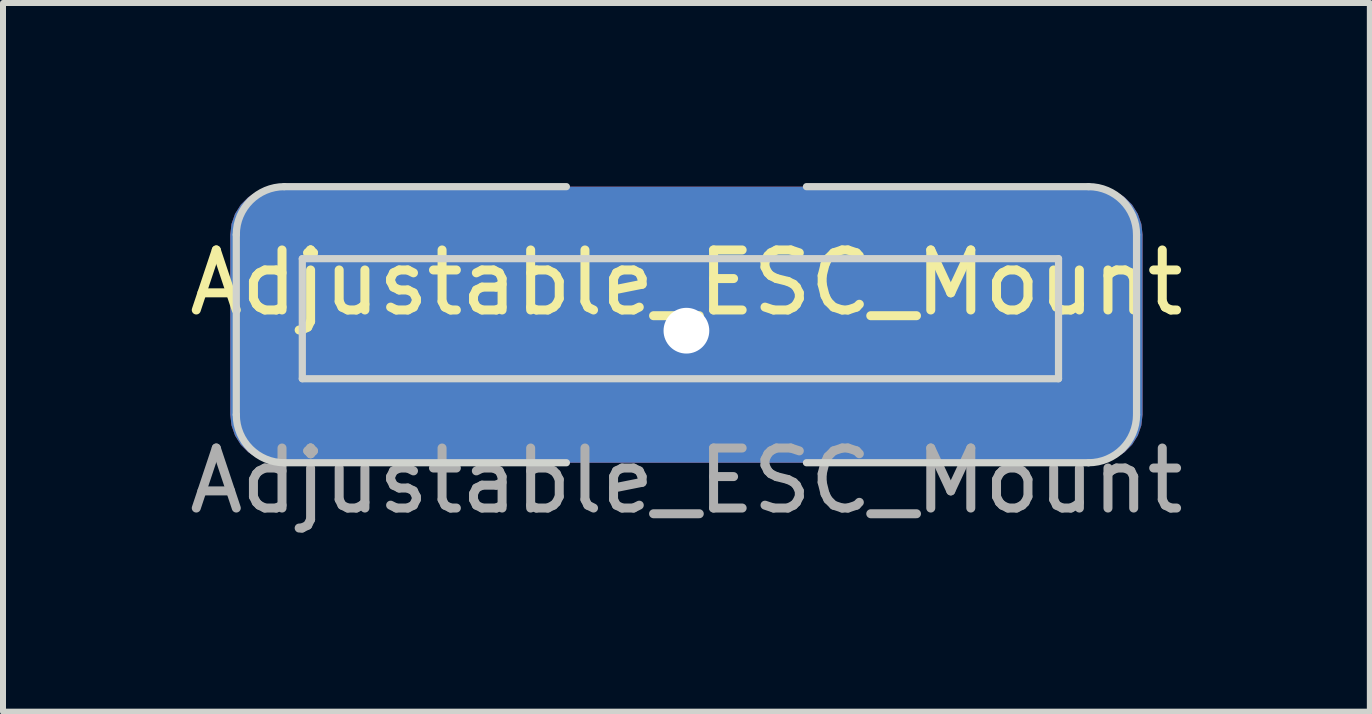
<source format=kicad_pcb>
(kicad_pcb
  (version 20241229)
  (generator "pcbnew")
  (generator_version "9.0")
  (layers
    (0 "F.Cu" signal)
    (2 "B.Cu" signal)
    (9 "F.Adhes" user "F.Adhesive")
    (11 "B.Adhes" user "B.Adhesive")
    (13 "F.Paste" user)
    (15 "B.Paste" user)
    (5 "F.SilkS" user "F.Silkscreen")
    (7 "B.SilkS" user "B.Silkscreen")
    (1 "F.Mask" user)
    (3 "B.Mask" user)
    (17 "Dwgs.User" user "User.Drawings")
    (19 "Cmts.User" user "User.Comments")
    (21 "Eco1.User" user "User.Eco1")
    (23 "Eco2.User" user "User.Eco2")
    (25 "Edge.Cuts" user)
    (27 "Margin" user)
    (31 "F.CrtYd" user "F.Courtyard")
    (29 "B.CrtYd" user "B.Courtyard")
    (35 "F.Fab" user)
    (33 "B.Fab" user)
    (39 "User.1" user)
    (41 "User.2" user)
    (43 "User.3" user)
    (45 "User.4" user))
  (footprint "Adjustable_ESC_Mount"
    (layer "F.Cu")
    (at 8.387 2.46)
    (property "Reference" "Adjustable_ESC_Mount" (at 0 -0.8 0) (unlocked yes) (layer "F.SilkS") (effects (font (size 1 1) (thickness 0.15))))
    (fp_line (start -7.5 -1.6) (end -7.5 1.4) (stroke (width 0.12) (type default)) (layer "Edge.Cuts"))
    (fp_line (start -6.7 2.2) (end -2 2.2) (stroke (width 0.12) (type default)) (layer "Edge.Cuts"))
    (fp_line (start -6.4 -1.2) (end -6.4 0.8) (stroke (width 0.12) (type default)) (layer "Edge.Cuts"))
    (fp_line (start -6.4 -1.2) (end 6.2 -1.2) (stroke (width 0.12) (type default)) (layer "Edge.Cuts"))
    (fp_line (start -2 -2.4) (end -6.7 -2.4) (stroke (width 0.12) (type default)) (layer "Edge.Cuts"))
    (fp_line (start 2 -2.4) (end 6.7 -2.4) (stroke (width 0.12) (type default)) (layer "Edge.Cuts"))
    (fp_line (start 2 2.2) (end 6.7 2.2) (stroke (width 0.12) (type default)) (layer "Edge.Cuts"))
    (fp_line (start 6.2 0.8) (end -6.4 0.8) (stroke (width 0.12) (type default)) (layer "Edge.Cuts"))
    (fp_line (start 6.2 0.8) (end 6.2 -1.2) (stroke (width 0.12) (type default)) (layer "Edge.Cuts"))
    (fp_line (start 7.5 1.4) (end 7.5 -1.6) (stroke (width 0.12) (type default)) (layer "Edge.Cuts"))
    (fp_arc (start -7.5 -1.6) (mid -7.265685 -2.165685) (end -6.7 -2.4) (stroke (width 0.12) (type default)) (layer "Edge.Cuts"))
    (fp_arc (start -6.7 2.2) (mid -7.265685 1.965685) (end -7.5 1.4) (stroke (width 0.12) (type default)) (layer "Edge.Cuts"))
    (fp_arc (start 6.7 -2.4) (mid 7.265685 -2.165685) (end 7.5 -1.6) (stroke (width 0.12) (type default)) (layer "Edge.Cuts"))
    (fp_arc (start 7.5 1.4) (mid 7.265685 1.965685) (end 6.7 2.2) (stroke (width 0.12) (type default)) (layer "Edge.Cuts"))
    (fp_text user "${REFERENCE}" (at 0 2.5 0) (unlocked yes) (layer "F.Fab") (effects (font (size 1 1) (thickness 0.15))))
    (pad "1" thru_hole roundrect (at 0 0) (size 15.2 4.6) (drill 0.762 (offset 0 -0.1)) (layers "*.Cu" "*.Mask") (roundrect_rratio 0.174)))
  (gr_rect
    (start -3 -3)
    (end 19.774 8.808)
    (stroke (width 0.1) (type default))
    (fill no)
    (layer "Edge.Cuts")))
</source>
